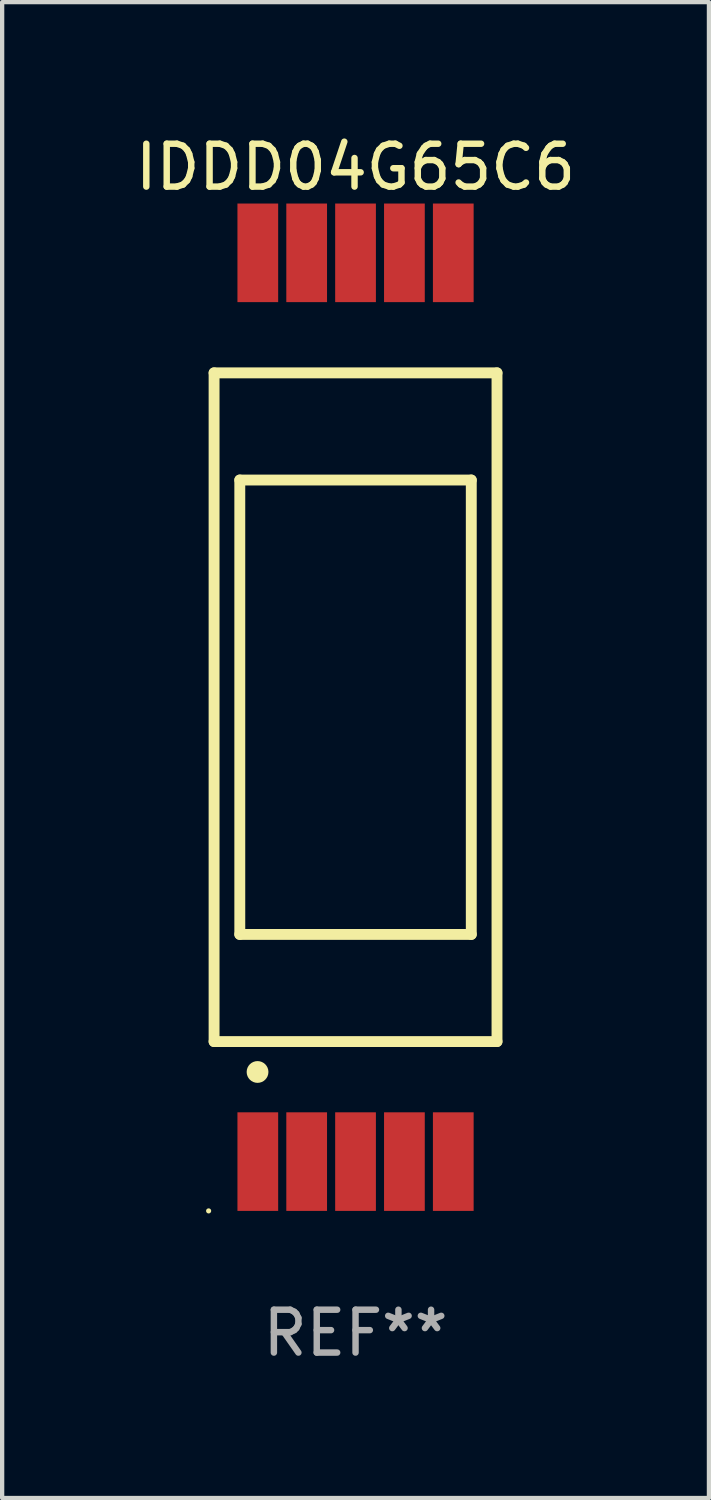
<source format=kicad_pcb>
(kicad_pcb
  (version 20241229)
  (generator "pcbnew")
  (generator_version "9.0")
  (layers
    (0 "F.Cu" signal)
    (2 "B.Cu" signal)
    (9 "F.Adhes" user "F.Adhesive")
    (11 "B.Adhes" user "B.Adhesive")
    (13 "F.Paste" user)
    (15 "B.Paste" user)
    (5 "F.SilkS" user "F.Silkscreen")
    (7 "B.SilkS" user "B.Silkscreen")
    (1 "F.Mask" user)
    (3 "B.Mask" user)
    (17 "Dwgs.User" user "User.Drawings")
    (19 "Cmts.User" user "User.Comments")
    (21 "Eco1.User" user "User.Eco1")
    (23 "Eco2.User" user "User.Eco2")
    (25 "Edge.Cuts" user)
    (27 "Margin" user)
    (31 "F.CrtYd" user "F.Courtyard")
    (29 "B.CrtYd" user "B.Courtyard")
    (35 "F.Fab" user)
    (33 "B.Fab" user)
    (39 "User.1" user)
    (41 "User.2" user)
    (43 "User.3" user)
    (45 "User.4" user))
  (footprint "IDDD04G65C6"
    (layer "F.Cu")
    (at 5.244 13.448)
    (property "Reference" "IDDD04G65C6" (at 0 -12.6 0) (layer "F.SilkS") (effects (font (size 1 1) (thickness 0.15))))
    (attr through_hole)
    (fp_line (start -3.3 -7.8) (end -3.3 7.8) (stroke (width 0.254) (type solid)) (layer "F.SilkS"))
    (fp_line (start -3.3 -7.8) (end 3.3 -7.8) (stroke (width 0.254) (type solid)) (layer "F.SilkS"))
    (fp_line (start -3.3 7.8) (end 3.3 7.8) (stroke (width 0.254) (type solid)) (layer "F.SilkS"))
    (fp_line (start -2.7 -5.3) (end -2.7 5.3) (stroke (width 0.254) (type solid)) (layer "F.SilkS"))
    (fp_line (start -2.7 -5.3) (end 2.7 -5.3) (stroke (width 0.254) (type solid)) (layer "F.SilkS"))
    (fp_line (start -2.7 5.3) (end 2.7 5.3) (stroke (width 0.254) (type solid)) (layer "F.SilkS"))
    (fp_line (start 2.7 -5.3) (end 2.7 5.3) (stroke (width 0.254) (type solid)) (layer "F.SilkS"))
    (fp_line (start 3.3 -7.8) (end 3.3 7.8) (stroke (width 0.254) (type solid)) (layer "F.SilkS"))
    (fp_circle (center -3.427 11.75) (end -3.397 11.75) (stroke (width 0.06) (type solid)) (fill no) (layer "F.SilkS"))
    (fp_circle (center -2.286 8.509) (end -2.159 8.509) (stroke (width 0.254) (type solid)) (fill no) (layer "F.SilkS"))
    (fp_text user "REF**" (at 0 14.6 0) (layer "F.Fab") (effects (font (size 1 1) (thickness 0.15))))
    (pad "1" smd rect (at -2.28 10.6) (size 0.95 2.3) (layers "F.Cu" "F.Mask" "F.Paste"))
    (pad "2" smd rect (at -1.14 10.6) (size 0.95 2.3) (layers "F.Cu" "F.Mask" "F.Paste"))
    (pad "3" smd rect (at -0.000102 10.6) (size 0.95 2.3) (layers "F.Cu" "F.Mask" "F.Paste"))
    (pad "4" smd rect (at 1.14 10.6) (size 0.95 2.3) (layers "F.Cu" "F.Mask" "F.Paste"))
    (pad "5" smd rect (at 2.28 10.6) (size 0.95 2.3) (layers "F.Cu" "F.Mask" "F.Paste"))
    (pad "6" smd rect (at 2.28 -10.6) (size 0.95 2.3) (layers "F.Cu" "F.Mask" "F.Paste"))
    (pad "7" smd rect (at 1.14 -10.6) (size 0.95 2.3) (layers "F.Cu" "F.Mask" "F.Paste"))
    (pad "8" smd rect (at -0.000102 -10.6) (size 0.95 2.3) (layers "F.Cu" "F.Mask" "F.Paste"))
    (pad "9" smd rect (at -1.14 -10.6) (size 0.95 2.3) (layers "F.Cu" "F.Mask" "F.Paste"))
    (pad "10" smd rect (at -2.28 -10.6) (size 0.95 2.3) (layers "F.Cu" "F.Mask" "F.Paste")))
  (gr_rect
    (start -3 -3)
    (end 13.488 31.896)
    (stroke (width 0.1) (type default))
    (fill no)
    (layer "Edge.Cuts")))
</source>
